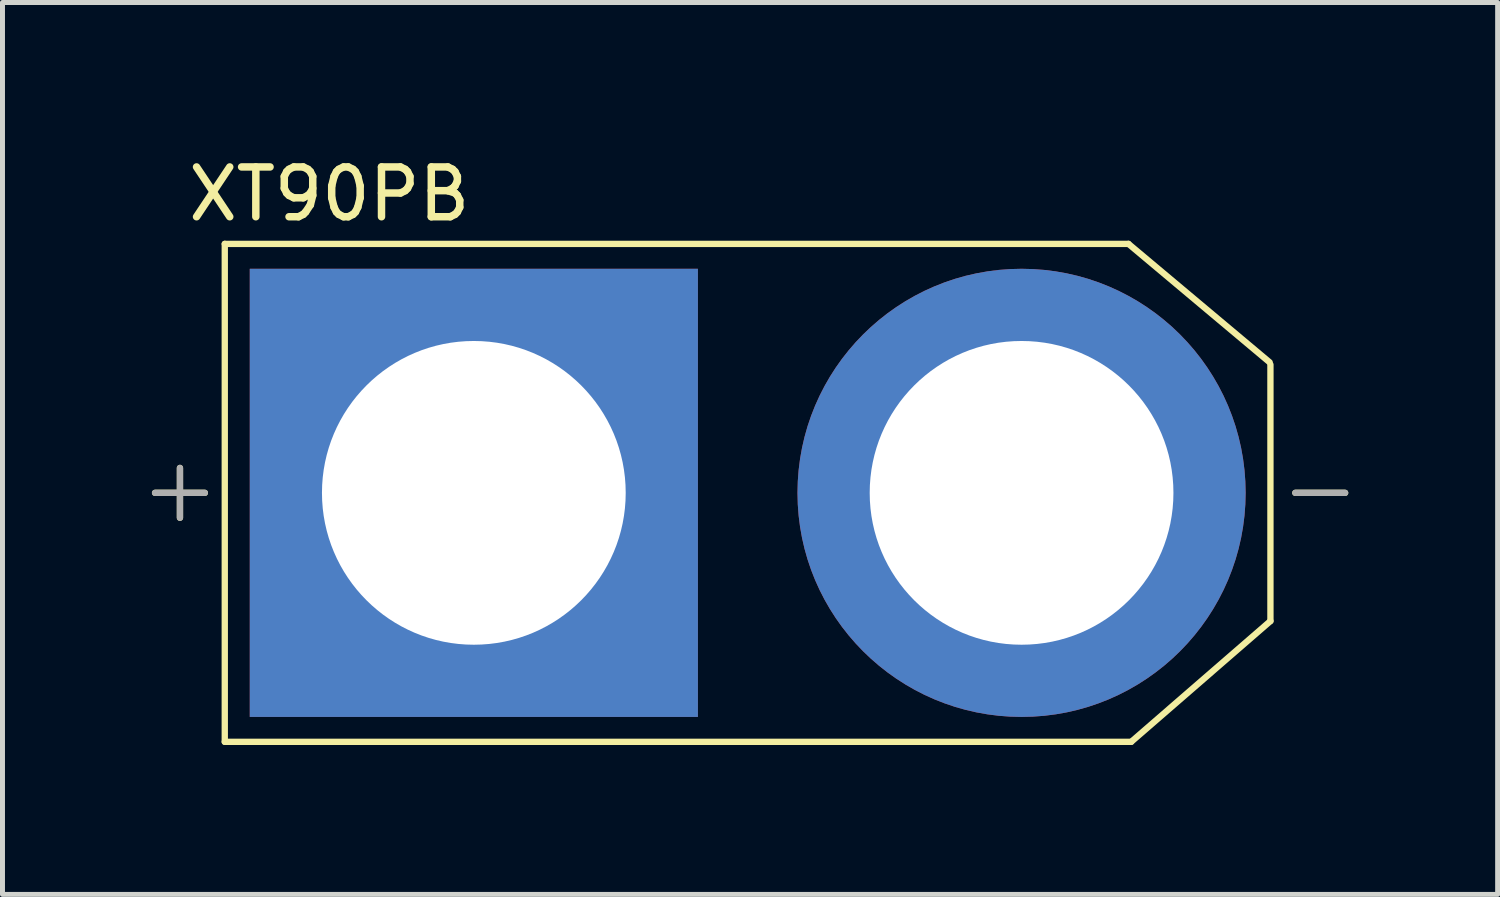
<source format=kicad_pcb>
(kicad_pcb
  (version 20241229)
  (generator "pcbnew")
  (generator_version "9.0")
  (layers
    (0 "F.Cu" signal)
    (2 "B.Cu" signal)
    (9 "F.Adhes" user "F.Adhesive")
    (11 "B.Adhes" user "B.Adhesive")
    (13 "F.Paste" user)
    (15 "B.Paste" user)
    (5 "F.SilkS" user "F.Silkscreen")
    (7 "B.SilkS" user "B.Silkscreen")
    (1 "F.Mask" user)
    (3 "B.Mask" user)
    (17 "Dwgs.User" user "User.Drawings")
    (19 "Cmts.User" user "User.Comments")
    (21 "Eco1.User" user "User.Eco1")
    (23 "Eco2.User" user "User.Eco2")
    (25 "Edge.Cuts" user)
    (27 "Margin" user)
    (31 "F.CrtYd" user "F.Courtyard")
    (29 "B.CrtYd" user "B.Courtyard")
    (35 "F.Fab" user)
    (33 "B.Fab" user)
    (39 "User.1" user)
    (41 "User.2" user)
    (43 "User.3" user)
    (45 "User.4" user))
  (footprint "XT90PB"
    (layer "F.Cu")
    (at 11.966 6.848)
    (property "Reference" "XT90PB" (at -8.402 -6 0) (layer "F.SilkS") (effects (font (size 1 1) (thickness 0.15))))
    (attr through_hole)
    (fp_line (start -11.902 0) (end -10.902 0) (stroke (width 0.127) (type solid)) (layer "F.SilkS"))
    (fp_line (start -11.402 -0.5) (end -11.402 0.5) (stroke (width 0.127) (type solid)) (layer "F.SilkS"))
    (fp_line (start -10.502 5) (end -10.502 -5) (stroke (width 0.127) (type solid)) (layer "F.SilkS"))
    (fp_line (start 7.647 -5) (end -10.502 -5) (stroke (width 0.127) (type solid)) (layer "F.SilkS"))
    (fp_line (start 7.702 5) (end -10.502 5) (stroke (width 0.127) (type solid)) (layer "F.SilkS"))
    (fp_line (start 10.482 -2.622) (end 7.647 -5) (stroke (width 0.127) (type solid)) (layer "F.SilkS"))
    (fp_line (start 10.498 -2.575) (end 10.498 2.575) (stroke (width 0.127) (type default)) (layer "F.SilkS"))
    (fp_line (start 10.498 2.575) (end 7.702 5) (stroke (width 0.127) (type solid)) (layer "F.SilkS"))
    (fp_line (start 10.998 0) (end 11.998 0) (stroke (width 0.127) (type solid)) (layer "F.SilkS"))
    (fp_line (start -11.902 0) (end -10.902 0) (stroke (width 0.127) (type solid)) (layer "F.Fab"))
    (fp_line (start -11.402 -0.5) (end -11.402 0.5) (stroke (width 0.127) (type solid)) (layer "F.Fab"))
    (fp_line (start 10.998 0) (end 11.998 0) (stroke (width 0.127) (type solid)) (layer "F.Fab"))
    (pad "N" thru_hole circle (at 5.5 0) (size 9 9) (drill 6.1) (layers "*.Cu" "*.Mask"))
    (pad "P" thru_hole rect (at -5.5 0) (size 9 9) (drill 6.1) (layers "*.Cu" "*.Mask")))
  (gr_rect
    (start -3 -3)
    (end 27.027 14.912)
    (stroke (width 0.1) (type default))
    (fill no)
    (layer "Edge.Cuts")))
</source>
